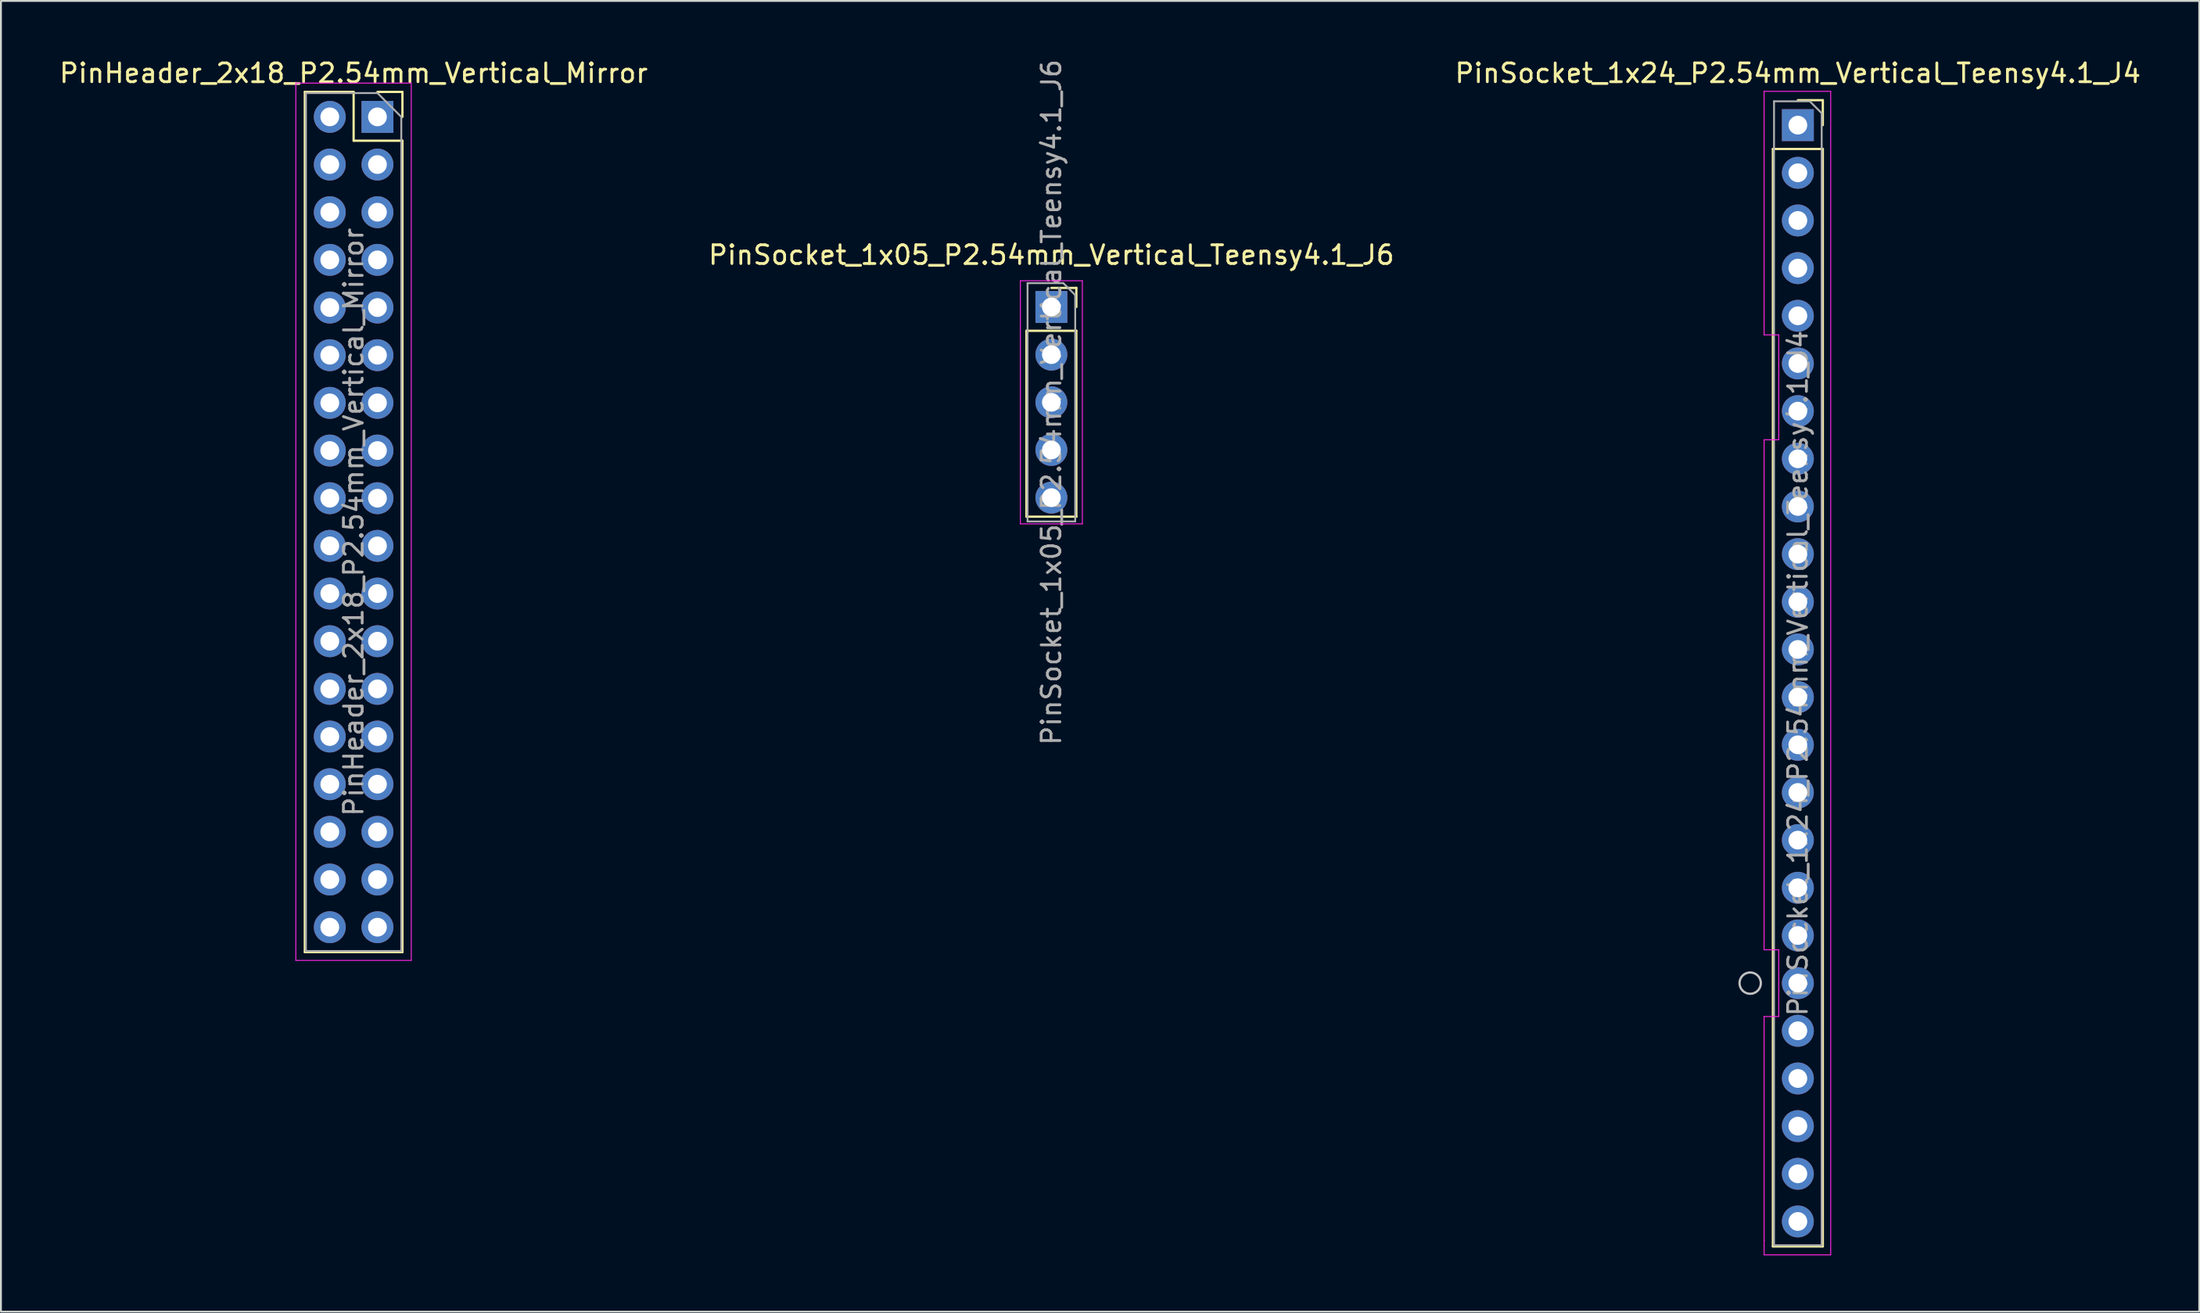
<source format=kicad_pcb>
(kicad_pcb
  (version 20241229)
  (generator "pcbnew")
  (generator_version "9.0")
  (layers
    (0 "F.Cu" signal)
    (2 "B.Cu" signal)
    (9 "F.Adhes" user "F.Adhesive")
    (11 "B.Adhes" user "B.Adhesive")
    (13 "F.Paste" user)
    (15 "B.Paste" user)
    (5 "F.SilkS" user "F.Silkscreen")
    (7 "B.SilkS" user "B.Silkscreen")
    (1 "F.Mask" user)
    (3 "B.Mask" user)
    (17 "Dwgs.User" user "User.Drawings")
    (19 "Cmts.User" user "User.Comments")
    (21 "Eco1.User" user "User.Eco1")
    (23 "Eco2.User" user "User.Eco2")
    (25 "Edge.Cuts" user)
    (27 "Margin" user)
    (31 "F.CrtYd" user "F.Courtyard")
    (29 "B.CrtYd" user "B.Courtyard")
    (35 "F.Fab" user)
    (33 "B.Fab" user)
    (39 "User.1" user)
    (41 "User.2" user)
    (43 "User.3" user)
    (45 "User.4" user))
  (footprint "PinSocket_1x05_P2.54mm_Vertical_Teensy4.1_J6"
    (layer "F.Cu")
    (at 52.97 13.307)
    (property "Reference" "PinSocket_1x05_P2.54mm_Vertical_Teensy4.1_J6" (at 0 -2.77 0) (layer "F.SilkS") (effects (font (size 1 1) (thickness 0.15))))
    (attr through_hole)
    (fp_line (start -1.33 1.27) (end -1.33 11.176) (stroke (width 0.12) (type solid)) (layer "F.SilkS"))
    (fp_line (start -1.33 1.27) (end 1.33 1.27) (stroke (width 0.12) (type solid)) (layer "F.SilkS"))
    (fp_line (start -1.33 11.176) (end 1.33 11.176) (stroke (width 0.12) (type solid)) (layer "F.SilkS"))
    (fp_line (start 0 -1.016) (end 1.33 -1.016) (stroke (width 0.12) (type solid)) (layer "F.SilkS"))
    (fp_line (start 1.33 -1.016) (end 1.33 0) (stroke (width 0.12) (type solid)) (layer "F.SilkS"))
    (fp_line (start 1.33 1.27) (end 1.33 11.176) (stroke (width 0.12) (type solid)) (layer "F.SilkS"))
    (fp_line (start -1.651 -1.397) (end 1.651 -1.397) (stroke (width 0.05) (type solid)) (layer "F.CrtYd"))
    (fp_line (start -1.651 11.557) (end -1.651 -1.397) (stroke (width 0.05) (type solid)) (layer "F.CrtYd"))
    (fp_line (start 1.651 -1.397) (end 1.651 11.557) (stroke (width 0.05) (type solid)) (layer "F.CrtYd"))
    (fp_line (start 1.651 11.557) (end -1.651 11.557) (stroke (width 0.05) (type solid)) (layer "F.CrtYd"))
    (fp_line (start -1.27 -1.27) (end 0.635 -1.27) (stroke (width 0.1) (type solid)) (layer "F.Fab"))
    (fp_line (start -1.27 11.43) (end -1.27 -1.27) (stroke (width 0.1) (type solid)) (layer "F.Fab"))
    (fp_line (start 0.635 -1.27) (end 1.27 -0.635) (stroke (width 0.1) (type solid)) (layer "F.Fab"))
    (fp_line (start 1.27 -0.635) (end 1.27 11.43) (stroke (width 0.1) (type solid)) (layer "F.Fab"))
    (fp_line (start 1.27 11.43) (end -1.27 11.43) (stroke (width 0.1) (type solid)) (layer "F.Fab"))
    (fp_text user "${REFERENCE}" (at 0 5.08 90) (layer "F.Fab") (effects (font (size 1 1) (thickness 0.15))))
    (pad "1" thru_hole rect (at 0 0) (size 1.7 1.7) (drill 1) (layers "*.Cu" "*.Mask"))
    (pad "2" thru_hole oval (at 0 2.54) (size 1.7 1.7) (drill 1) (layers "*.Cu" "*.Mask"))
    (pad "3" thru_hole oval (at 0 5.08) (size 1.7 1.7) (drill 1) (layers "*.Cu" "*.Mask"))
    (pad "4" thru_hole oval (at 0 7.62) (size 1.7 1.7) (drill 1) (layers "*.Cu" "*.Mask"))
    (pad "5" thru_hole oval (at 0 10.16) (size 1.7 1.7) (drill 1) (layers "*.Cu" "*.Mask")))
  (footprint "PinHeader_2x18_P2.54mm_Vertical_Mirror"
    (layer "F.Cu")
    (at 17.062 3.178)
    (property "Reference" "PinHeader_2x18_P2.54mm_Vertical_Mirror" (at -1.27 -2.33 0) (layer "F.SilkS") (effects (font (size 1 1) (thickness 0.15))))
    (attr through_hole)
    (fp_line (start -3.87 -1.33) (end -3.87 44.51) (stroke (width 0.12) (type solid)) (layer "F.SilkS"))
    (fp_line (start -1.27 -1.33) (end -3.87 -1.33) (stroke (width 0.12) (type solid)) (layer "F.SilkS"))
    (fp_line (start -1.27 1.27) (end -1.27 -1.33) (stroke (width 0.12) (type solid)) (layer "F.SilkS"))
    (fp_line (start 1.33 -1.33) (end 0 -1.33) (stroke (width 0.12) (type solid)) (layer "F.SilkS"))
    (fp_line (start 1.33 0) (end 1.33 -1.33) (stroke (width 0.12) (type solid)) (layer "F.SilkS"))
    (fp_line (start 1.33 1.27) (end -1.27 1.27) (stroke (width 0.12) (type solid)) (layer "F.SilkS"))
    (fp_line (start 1.33 1.27) (end 1.33 44.51) (stroke (width 0.12) (type solid)) (layer "F.SilkS"))
    (fp_line (start 1.33 44.51) (end -3.87 44.51) (stroke (width 0.12) (type solid)) (layer "F.SilkS"))
    (fp_line (start -4.35 -1.8) (end 1.8 -1.8) (stroke (width 0.05) (type solid)) (layer "F.CrtYd"))
    (fp_line (start -4.35 44.95) (end -4.35 -1.8) (stroke (width 0.05) (type solid)) (layer "F.CrtYd"))
    (fp_line (start 1.8 -1.8) (end 1.8 44.95) (stroke (width 0.05) (type solid)) (layer "F.CrtYd"))
    (fp_line (start 1.8 44.95) (end -4.35 44.95) (stroke (width 0.05) (type solid)) (layer "F.CrtYd"))
    (fp_line (start -3.81 -1.27) (end -3.81 44.45) (stroke (width 0.1) (type solid)) (layer "F.Fab"))
    (fp_line (start -3.81 44.45) (end 1.27 44.45) (stroke (width 0.1) (type solid)) (layer "F.Fab"))
    (fp_line (start 0 -1.27) (end -3.81 -1.27) (stroke (width 0.1) (type solid)) (layer "F.Fab"))
    (fp_line (start 1.27 0) (end 0 -1.27) (stroke (width 0.1) (type solid)) (layer "F.Fab"))
    (fp_line (start 1.27 44.45) (end 1.27 0) (stroke (width 0.1) (type solid)) (layer "F.Fab"))
    (fp_text user "${REFERENCE}" (at -1.27 21.59 90) (layer "F.Fab") (effects (font (size 1 1) (thickness 0.15))))
    (pad "1" thru_hole rect (at 0 0) (size 1.7 1.7) (drill 1) (layers "*.Cu" "*.Mask"))
    (pad "2" thru_hole oval (at -2.54 0) (size 1.7 1.7) (drill 1) (layers "*.Cu" "*.Mask"))
    (pad "3" thru_hole oval (at 0 2.54) (size 1.7 1.7) (drill 1) (layers "*.Cu" "*.Mask"))
    (pad "4" thru_hole oval (at -2.54 2.54) (size 1.7 1.7) (drill 1) (layers "*.Cu" "*.Mask"))
    (pad "5" thru_hole oval (at 0 5.08) (size 1.7 1.7) (drill 1) (layers "*.Cu" "*.Mask"))
    (pad "6" thru_hole oval (at -2.54 5.08) (size 1.7 1.7) (drill 1) (layers "*.Cu" "*.Mask"))
    (pad "7" thru_hole oval (at 0 7.62) (size 1.7 1.7) (drill 1) (layers "*.Cu" "*.Mask"))
    (pad "8" thru_hole oval (at -2.54 7.62) (size 1.7 1.7) (drill 1) (layers "*.Cu" "*.Mask"))
    (pad "9" thru_hole oval (at 0 10.16) (size 1.7 1.7) (drill 1) (layers "*.Cu" "*.Mask"))
    (pad "10" thru_hole oval (at -2.54 10.16) (size 1.7 1.7) (drill 1) (layers "*.Cu" "*.Mask"))
    (pad "11" thru_hole oval (at 0 12.7) (size 1.7 1.7) (drill 1) (layers "*.Cu" "*.Mask"))
    (pad "12" thru_hole oval (at -2.54 12.7) (size 1.7 1.7) (drill 1) (layers "*.Cu" "*.Mask"))
    (pad "13" thru_hole oval (at 0 15.24) (size 1.7 1.7) (drill 1) (layers "*.Cu" "*.Mask"))
    (pad "14" thru_hole oval (at -2.54 15.24) (size 1.7 1.7) (drill 1) (layers "*.Cu" "*.Mask"))
    (pad "15" thru_hole oval (at 0 17.78) (size 1.7 1.7) (drill 1) (layers "*.Cu" "*.Mask"))
    (pad "16" thru_hole oval (at -2.54 17.78) (size 1.7 1.7) (drill 1) (layers "*.Cu" "*.Mask"))
    (pad "17" thru_hole oval (at 0 20.32) (size 1.7 1.7) (drill 1) (layers "*.Cu" "*.Mask"))
    (pad "18" thru_hole oval (at -2.54 20.32) (size 1.7 1.7) (drill 1) (layers "*.Cu" "*.Mask"))
    (pad "19" thru_hole oval (at 0 22.86) (size 1.7 1.7) (drill 1) (layers "*.Cu" "*.Mask"))
    (pad "20" thru_hole oval (at -2.54 22.86) (size 1.7 1.7) (drill 1) (layers "*.Cu" "*.Mask"))
    (pad "21" thru_hole oval (at 0 25.4) (size 1.7 1.7) (drill 1) (layers "*.Cu" "*.Mask"))
    (pad "22" thru_hole oval (at -2.54 25.4) (size 1.7 1.7) (drill 1) (layers "*.Cu" "*.Mask"))
    (pad "23" thru_hole oval (at 0 27.94) (size 1.7 1.7) (drill 1) (layers "*.Cu" "*.Mask"))
    (pad "24" thru_hole oval (at -2.54 27.94) (size 1.7 1.7) (drill 1) (layers "*.Cu" "*.Mask"))
    (pad "25" thru_hole oval (at 0 30.48) (size 1.7 1.7) (drill 1) (layers "*.Cu" "*.Mask"))
    (pad "26" thru_hole oval (at -2.54 30.48) (size 1.7 1.7) (drill 1) (layers "*.Cu" "*.Mask"))
    (pad "27" thru_hole oval (at 0 33.02) (size 1.7 1.7) (drill 1) (layers "*.Cu" "*.Mask"))
    (pad "28" thru_hole oval (at -2.54 33.02) (size 1.7 1.7) (drill 1) (layers "*.Cu" "*.Mask"))
    (pad "29" thru_hole oval (at 0 35.56) (size 1.7 1.7) (drill 1) (layers "*.Cu" "*.Mask"))
    (pad "30" thru_hole oval (at -2.54 35.56) (size 1.7 1.7) (drill 1) (layers "*.Cu" "*.Mask"))
    (pad "31" thru_hole oval (at 0 38.1) (size 1.7 1.7) (drill 1) (layers "*.Cu" "*.Mask"))
    (pad "32" thru_hole oval (at -2.54 38.1) (size 1.7 1.7) (drill 1) (layers "*.Cu" "*.Mask"))
    (pad "33" thru_hole oval (at 0 40.64) (size 1.7 1.7) (drill 1) (layers "*.Cu" "*.Mask"))
    (pad "34" thru_hole oval (at -2.54 40.64) (size 1.7 1.7) (drill 1) (layers "*.Cu" "*.Mask"))
    (pad "35" thru_hole oval (at 0 43.18) (size 1.7 1.7) (drill 1) (layers "*.Cu" "*.Mask"))
    (pad "36" thru_hole oval (at -2.54 43.18) (size 1.7 1.7) (drill 1) (layers "*.Cu" "*.Mask")))
  (footprint "PinSocket_1x24_P2.54mm_Vertical_Teensy4.1_J4"
    (layer "F.Cu")
    (at 92.744 3.618)
    (property "Reference" "PinSocket_1x24_P2.54mm_Vertical_Teensy4.1_J4" (at 0 -2.77 0) (layer "F.SilkS") (effects (font (size 1 1) (thickness 0.15))))
    (attr through_hole)
    (fp_line (start -1.33 1.27) (end -1.33 59.75) (stroke (width 0.12) (type solid)) (layer "F.SilkS"))
    (fp_line (start -1.33 1.27) (end 1.33 1.27) (stroke (width 0.12) (type solid)) (layer "F.SilkS"))
    (fp_line (start -1.33 59.75) (end 1.33 59.75) (stroke (width 0.12) (type solid)) (layer "F.SilkS"))
    (fp_line (start 0 -1.33) (end 1.33 -1.33) (stroke (width 0.12) (type solid)) (layer "F.SilkS"))
    (fp_line (start 1.33 -1.33) (end 1.33 0) (stroke (width 0.12) (type solid)) (layer "F.SilkS"))
    (fp_line (start 1.33 1.27) (end 1.33 59.75) (stroke (width 0.12) (type solid)) (layer "F.SilkS"))
    (fp_circle (center -2.54 45.72) (end -1.972 45.72) (stroke (width 0.12) (type solid)) (fill no) (layer "Dwgs.User"))
    (fp_line (start -1.8 -1.8) (end 1.75 -1.8) (stroke (width 0.05) (type solid)) (layer "F.CrtYd"))
    (fp_line (start -1.8 11.176) (end -1.8 -1.8) (stroke (width 0.05) (type solid)) (layer "F.CrtYd"))
    (fp_line (start -1.8 16.764) (end -1.8 43.942) (stroke (width 0.05) (type solid)) (layer "F.CrtYd"))
    (fp_line (start -1.8 43.942) (end -1.016 43.942) (stroke (width 0.05) (type solid)) (layer "F.CrtYd"))
    (fp_line (start -1.8 47.498) (end -1.8 60.2) (stroke (width 0.05) (type solid)) (layer "F.CrtYd"))
    (fp_line (start -1.778 59.436) (end -1.778 59.436) (stroke (width 0.05) (type solid)) (layer "F.CrtYd"))
    (fp_line (start -1.016 11.176) (end -1.8 11.176) (stroke (width 0.05) (type solid)) (layer "F.CrtYd"))
    (fp_line (start -1.016 11.176) (end -1.016 16.764) (stroke (width 0.05) (type solid)) (layer "F.CrtYd"))
    (fp_line (start -1.016 16.764) (end -1.8 16.764) (stroke (width 0.05) (type solid)) (layer "F.CrtYd"))
    (fp_line (start -1.016 43.942) (end -1.016 47.498) (stroke (width 0.05) (type solid)) (layer "F.CrtYd"))
    (fp_line (start -1.016 47.498) (end -1.8 47.498) (stroke (width 0.05) (type solid)) (layer "F.CrtYd"))
    (fp_line (start 1.75 -1.8) (end 1.75 60.2) (stroke (width 0.05) (type solid)) (layer "F.CrtYd"))
    (fp_line (start 1.75 60.2) (end -1.8 60.2) (stroke (width 0.05) (type solid)) (layer "F.CrtYd"))
    (fp_line (start -1.27 -1.27) (end 0.635 -1.27) (stroke (width 0.1) (type solid)) (layer "F.Fab"))
    (fp_line (start -1.27 59.69) (end -1.27 -1.27) (stroke (width 0.1) (type solid)) (layer "F.Fab"))
    (fp_line (start 0.635 -1.27) (end 1.27 -0.635) (stroke (width 0.1) (type solid)) (layer "F.Fab"))
    (fp_line (start 1.27 -0.635) (end 1.27 59.69) (stroke (width 0.1) (type solid)) (layer "F.Fab"))
    (fp_line (start 1.27 59.69) (end -1.27 59.69) (stroke (width 0.1) (type solid)) (layer "F.Fab"))
    (fp_text user "${REFERENCE}" (at 0 29.21 90) (layer "F.Fab") (effects (font (size 1 1) (thickness 0.15))))
    (pad "1" thru_hole rect (at 0 0) (size 1.7 1.7) (drill 1) (layers "*.Cu" "*.Mask"))
    (pad "2" thru_hole oval (at 0 2.54) (size 1.7 1.7) (drill 1) (layers "*.Cu" "*.Mask"))
    (pad "3" thru_hole oval (at 0 5.08) (size 1.7 1.7) (drill 1) (layers "*.Cu" "*.Mask"))
    (pad "4" thru_hole oval (at 0 7.62) (size 1.7 1.7) (drill 1) (layers "*.Cu" "*.Mask"))
    (pad "5" thru_hole oval (at 0 10.16) (size 1.7 1.7) (drill 1) (layers "*.Cu" "*.Mask"))
    (pad "6" thru_hole oval (at 0 12.7) (size 1.7 1.7) (drill 1) (layers "*.Cu" "*.Mask"))
    (pad "7" thru_hole oval (at 0 15.24) (size 1.7 1.7) (drill 1) (layers "*.Cu" "*.Mask"))
    (pad "8" thru_hole oval (at 0 17.78) (size 1.7 1.7) (drill 1) (layers "*.Cu" "*.Mask"))
    (pad "9" thru_hole oval (at 0 20.32) (size 1.7 1.7) (drill 1) (layers "*.Cu" "*.Mask"))
    (pad "10" thru_hole oval (at 0 22.86) (size 1.7 1.7) (drill 1) (layers "*.Cu" "*.Mask"))
    (pad "11" thru_hole oval (at 0 25.4) (size 1.7 1.7) (drill 1) (layers "*.Cu" "*.Mask"))
    (pad "12" thru_hole oval (at 0 27.94) (size 1.7 1.7) (drill 1) (layers "*.Cu" "*.Mask"))
    (pad "13" thru_hole oval (at 0 30.48) (size 1.7 1.7) (drill 1) (layers "*.Cu" "*.Mask"))
    (pad "14" thru_hole oval (at 0 33.02) (size 1.7 1.7) (drill 1) (layers "*.Cu" "*.Mask"))
    (pad "15" thru_hole oval (at 0 35.56) (size 1.7 1.7) (drill 1) (layers "*.Cu" "*.Mask"))
    (pad "16" thru_hole oval (at 0 38.1) (size 1.7 1.7) (drill 1) (layers "*.Cu" "*.Mask"))
    (pad "17" thru_hole oval (at 0 40.64) (size 1.7 1.7) (drill 1) (layers "*.Cu" "*.Mask"))
    (pad "18" thru_hole oval (at 0 43.18) (size 1.7 1.7) (drill 1) (layers "*.Cu" "*.Mask"))
    (pad "19" thru_hole oval (at 0 45.72) (size 1.7 1.7) (drill 1) (layers "*.Cu" "*.Mask"))
    (pad "20" thru_hole oval (at 0 48.26) (size 1.7 1.7) (drill 1) (layers "*.Cu" "*.Mask"))
    (pad "21" thru_hole oval (at 0 50.8) (size 1.7 1.7) (drill 1) (layers "*.Cu" "*.Mask"))
    (pad "22" thru_hole oval (at 0 53.34) (size 1.7 1.7) (drill 1) (layers "*.Cu" "*.Mask"))
    (pad "23" thru_hole oval (at 0 55.88) (size 1.7 1.7) (drill 1) (layers "*.Cu" "*.Mask"))
    (pad "24" thru_hole oval (at 0 58.42) (size 1.7 1.7) (drill 1) (layers "*.Cu" "*.Mask")))
  (gr_rect
    (start -3 -3)
    (end 114.131 66.843)
    (stroke (width 0.1) (type default))
    (fill no)
    (layer "Edge.Cuts")))
</source>
